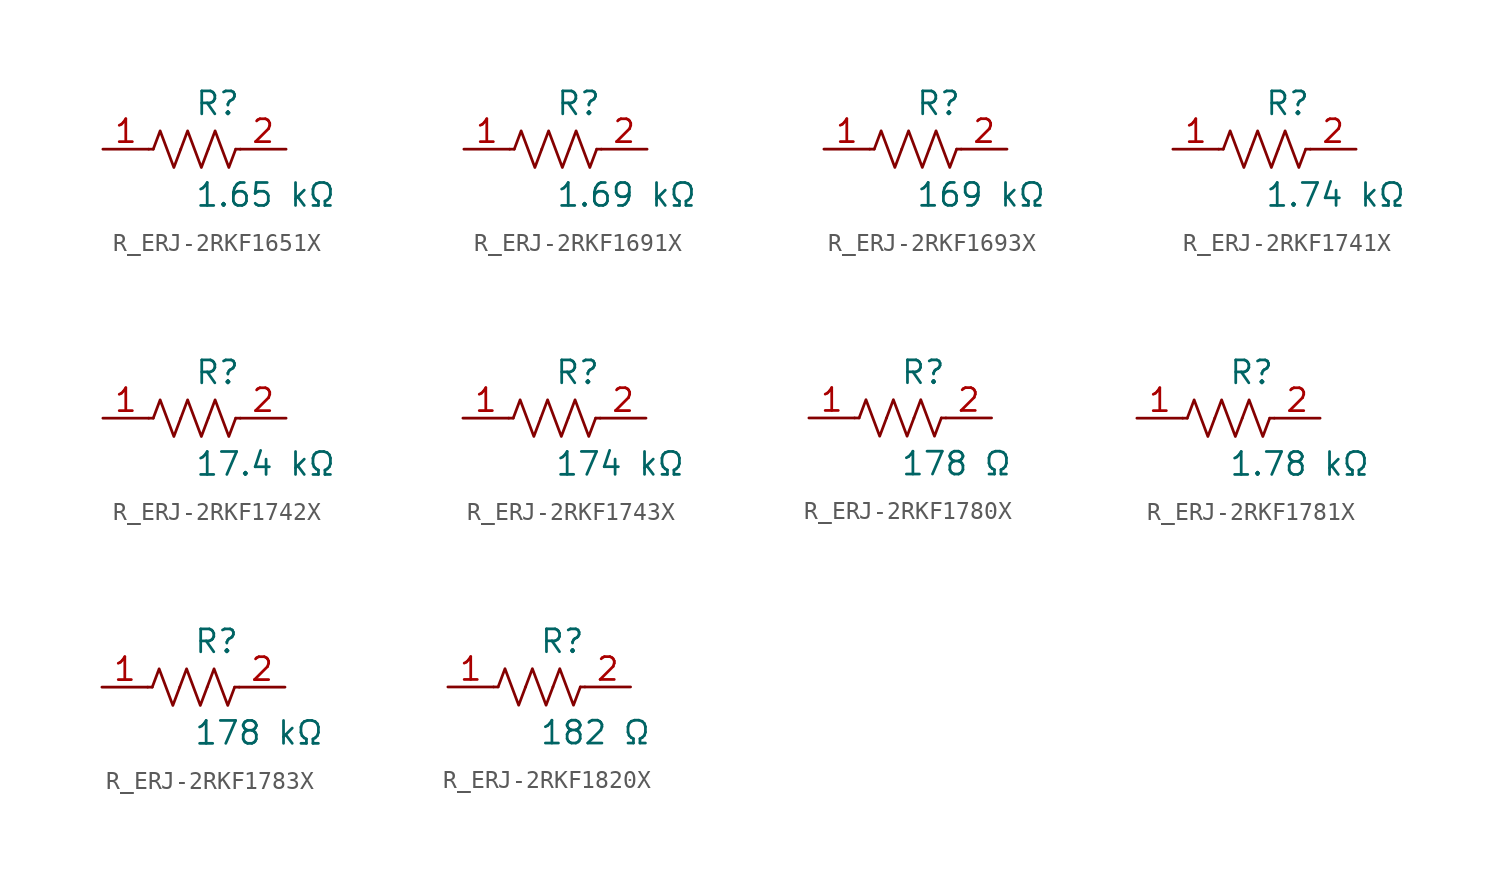
<source format=kicad_sym>
(kicad_symbol_lib
  (version 20231120)
  (generator kicad_symbol_editor)
  (generator_version 8.0)
  (symbol "R_ERJ-2RKF1651X"
    (pin_names
      (offset 0.254))
    (property "Reference" "R"
      (at 0.0 2.54 0)
      (effects (font (size 1.27 1.27)) (justify left)))
    (property "Value" "1.65 kΩ"
      (at 0.0 -2.54 0)
      (effects (font (size 1.27 1.27)) (justify left)))
    (symbol "R_ERJ-2RKF1651X_0_1"
      (polyline (pts (xy 2.286 0) (xy 2.54 0)) (stroke (width 0) (type default)) (fill (type none)))
      (polyline (pts (xy -2.286 0) (xy -2.54 0)) (stroke (width 0) (type default)) (fill (type none)))
      (polyline (pts (xy 0.762 0) (xy 1.143 1.016) (xy 1.524 0) (xy 1.905 -1.016) (xy 2.286 0)) (stroke (width 0) (type default)) (fill (type none)))
      (polyline (pts (xy -0.762 0) (xy -0.381 1.016) (xy 0 0) (xy 0.381 -1.016) (xy 0.762 0)) (stroke (width 0) (type default)) (fill (type none)))
      (polyline (pts (xy -2.286 0) (xy -1.905 1.016) (xy -1.524 0) (xy -1.143 -1.016) (xy -0.762 0)) (stroke (width 0) (type default)) (fill (type none))))
    (pin unspecified line
      (at -5.08 0 0)
      (length 2.54)
      (name "" (effects (font (size 1.27 1.27))))
      (number "1" (effects (font (size 1.27 1.27)))))
    (pin unspecified line
      (at 5.08 0 180)
      (length 2.54)
      (name "" (effects (font (size 1.27 1.27))))
      (number "2" (effects (font (size 1.27 1.27))))))
  (symbol "R_ERJ-2RKF1691X"
    (pin_names
      (offset 0.254))
    (property "Reference" "R"
      (at 0.0 2.54 0)
      (effects (font (size 1.27 1.27)) (justify left)))
    (property "Value" "1.69 kΩ"
      (at 0.0 -2.54 0)
      (effects (font (size 1.27 1.27)) (justify left)))
    (symbol "R_ERJ-2RKF1691X_0_1"
      (polyline (pts (xy 2.286 0) (xy 2.54 0)) (stroke (width 0) (type default)) (fill (type none)))
      (polyline (pts (xy -2.286 0) (xy -2.54 0)) (stroke (width 0) (type default)) (fill (type none)))
      (polyline (pts (xy 0.762 0) (xy 1.143 1.016) (xy 1.524 0) (xy 1.905 -1.016) (xy 2.286 0)) (stroke (width 0) (type default)) (fill (type none)))
      (polyline (pts (xy -0.762 0) (xy -0.381 1.016) (xy 0 0) (xy 0.381 -1.016) (xy 0.762 0)) (stroke (width 0) (type default)) (fill (type none)))
      (polyline (pts (xy -2.286 0) (xy -1.905 1.016) (xy -1.524 0) (xy -1.143 -1.016) (xy -0.762 0)) (stroke (width 0) (type default)) (fill (type none))))
    (pin unspecified line
      (at -5.08 0 0)
      (length 2.54)
      (name "" (effects (font (size 1.27 1.27))))
      (number "1" (effects (font (size 1.27 1.27)))))
    (pin unspecified line
      (at 5.08 0 180)
      (length 2.54)
      (name "" (effects (font (size 1.27 1.27))))
      (number "2" (effects (font (size 1.27 1.27))))))
  (symbol "R_ERJ-2RKF1693X"
    (pin_names
      (offset 0.254))
    (property "Reference" "R"
      (at 0.0 2.54 0)
      (effects (font (size 1.27 1.27)) (justify left)))
    (property "Value" "169 kΩ"
      (at 0.0 -2.54 0)
      (effects (font (size 1.27 1.27)) (justify left)))
    (symbol "R_ERJ-2RKF1693X_0_1"
      (polyline (pts (xy 2.286 0) (xy 2.54 0)) (stroke (width 0) (type default)) (fill (type none)))
      (polyline (pts (xy -2.286 0) (xy -2.54 0)) (stroke (width 0) (type default)) (fill (type none)))
      (polyline (pts (xy 0.762 0) (xy 1.143 1.016) (xy 1.524 0) (xy 1.905 -1.016) (xy 2.286 0)) (stroke (width 0) (type default)) (fill (type none)))
      (polyline (pts (xy -0.762 0) (xy -0.381 1.016) (xy 0 0) (xy 0.381 -1.016) (xy 0.762 0)) (stroke (width 0) (type default)) (fill (type none)))
      (polyline (pts (xy -2.286 0) (xy -1.905 1.016) (xy -1.524 0) (xy -1.143 -1.016) (xy -0.762 0)) (stroke (width 0) (type default)) (fill (type none))))
    (pin unspecified line
      (at -5.08 0 0)
      (length 2.54)
      (name "" (effects (font (size 1.27 1.27))))
      (number "1" (effects (font (size 1.27 1.27)))))
    (pin unspecified line
      (at 5.08 0 180)
      (length 2.54)
      (name "" (effects (font (size 1.27 1.27))))
      (number "2" (effects (font (size 1.27 1.27))))))
  (symbol "R_ERJ-2RKF1741X"
    (pin_names
      (offset 0.254))
    (property "Reference" "R"
      (at 0.0 2.54 0)
      (effects (font (size 1.27 1.27)) (justify left)))
    (property "Value" "1.74 kΩ"
      (at 0.0 -2.54 0)
      (effects (font (size 1.27 1.27)) (justify left)))
    (symbol "R_ERJ-2RKF1741X_0_1"
      (polyline (pts (xy 2.286 0) (xy 2.54 0)) (stroke (width 0) (type default)) (fill (type none)))
      (polyline (pts (xy -2.286 0) (xy -2.54 0)) (stroke (width 0) (type default)) (fill (type none)))
      (polyline (pts (xy 0.762 0) (xy 1.143 1.016) (xy 1.524 0) (xy 1.905 -1.016) (xy 2.286 0)) (stroke (width 0) (type default)) (fill (type none)))
      (polyline (pts (xy -0.762 0) (xy -0.381 1.016) (xy 0 0) (xy 0.381 -1.016) (xy 0.762 0)) (stroke (width 0) (type default)) (fill (type none)))
      (polyline (pts (xy -2.286 0) (xy -1.905 1.016) (xy -1.524 0) (xy -1.143 -1.016) (xy -0.762 0)) (stroke (width 0) (type default)) (fill (type none))))
    (pin unspecified line
      (at -5.08 0 0)
      (length 2.54)
      (name "" (effects (font (size 1.27 1.27))))
      (number "1" (effects (font (size 1.27 1.27)))))
    (pin unspecified line
      (at 5.08 0 180)
      (length 2.54)
      (name "" (effects (font (size 1.27 1.27))))
      (number "2" (effects (font (size 1.27 1.27))))))
  (symbol "R_ERJ-2RKF1742X"
    (pin_names
      (offset 0.254))
    (property "Reference" "R"
      (at 0.0 2.54 0)
      (effects (font (size 1.27 1.27)) (justify left)))
    (property "Value" "17.4 kΩ"
      (at 0.0 -2.54 0)
      (effects (font (size 1.27 1.27)) (justify left)))
    (symbol "R_ERJ-2RKF1742X_0_1"
      (polyline (pts (xy 2.286 0) (xy 2.54 0)) (stroke (width 0) (type default)) (fill (type none)))
      (polyline (pts (xy -2.286 0) (xy -2.54 0)) (stroke (width 0) (type default)) (fill (type none)))
      (polyline (pts (xy 0.762 0) (xy 1.143 1.016) (xy 1.524 0) (xy 1.905 -1.016) (xy 2.286 0)) (stroke (width 0) (type default)) (fill (type none)))
      (polyline (pts (xy -0.762 0) (xy -0.381 1.016) (xy 0 0) (xy 0.381 -1.016) (xy 0.762 0)) (stroke (width 0) (type default)) (fill (type none)))
      (polyline (pts (xy -2.286 0) (xy -1.905 1.016) (xy -1.524 0) (xy -1.143 -1.016) (xy -0.762 0)) (stroke (width 0) (type default)) (fill (type none))))
    (pin unspecified line
      (at -5.08 0 0)
      (length 2.54)
      (name "" (effects (font (size 1.27 1.27))))
      (number "1" (effects (font (size 1.27 1.27)))))
    (pin unspecified line
      (at 5.08 0 180)
      (length 2.54)
      (name "" (effects (font (size 1.27 1.27))))
      (number "2" (effects (font (size 1.27 1.27))))))
  (symbol "R_ERJ-2RKF1743X"
    (pin_names
      (offset 0.254))
    (property "Reference" "R"
      (at 0.0 2.54 0)
      (effects (font (size 1.27 1.27)) (justify left)))
    (property "Value" "174 kΩ"
      (at 0.0 -2.54 0)
      (effects (font (size 1.27 1.27)) (justify left)))
    (symbol "R_ERJ-2RKF1743X_0_1"
      (polyline (pts (xy 2.286 0) (xy 2.54 0)) (stroke (width 0) (type default)) (fill (type none)))
      (polyline (pts (xy -2.286 0) (xy -2.54 0)) (stroke (width 0) (type default)) (fill (type none)))
      (polyline (pts (xy 0.762 0) (xy 1.143 1.016) (xy 1.524 0) (xy 1.905 -1.016) (xy 2.286 0)) (stroke (width 0) (type default)) (fill (type none)))
      (polyline (pts (xy -0.762 0) (xy -0.381 1.016) (xy 0 0) (xy 0.381 -1.016) (xy 0.762 0)) (stroke (width 0) (type default)) (fill (type none)))
      (polyline (pts (xy -2.286 0) (xy -1.905 1.016) (xy -1.524 0) (xy -1.143 -1.016) (xy -0.762 0)) (stroke (width 0) (type default)) (fill (type none))))
    (pin unspecified line
      (at -5.08 0 0)
      (length 2.54)
      (name "" (effects (font (size 1.27 1.27))))
      (number "1" (effects (font (size 1.27 1.27)))))
    (pin unspecified line
      (at 5.08 0 180)
      (length 2.54)
      (name "" (effects (font (size 1.27 1.27))))
      (number "2" (effects (font (size 1.27 1.27))))))
  (symbol "R_ERJ-2RKF1780X"
    (pin_names
      (offset 0.254))
    (property "Reference" "R"
      (at 0.0 2.54 0)
      (effects (font (size 1.27 1.27)) (justify left)))
    (property "Value" "178 Ω"
      (at 0.0 -2.54 0)
      (effects (font (size 1.27 1.27)) (justify left)))
    (symbol "R_ERJ-2RKF1780X_0_1"
      (polyline (pts (xy 2.286 0) (xy 2.54 0)) (stroke (width 0) (type default)) (fill (type none)))
      (polyline (pts (xy -2.286 0) (xy -2.54 0)) (stroke (width 0) (type default)) (fill (type none)))
      (polyline (pts (xy 0.762 0) (xy 1.143 1.016) (xy 1.524 0) (xy 1.905 -1.016) (xy 2.286 0)) (stroke (width 0) (type default)) (fill (type none)))
      (polyline (pts (xy -0.762 0) (xy -0.381 1.016) (xy 0 0) (xy 0.381 -1.016) (xy 0.762 0)) (stroke (width 0) (type default)) (fill (type none)))
      (polyline (pts (xy -2.286 0) (xy -1.905 1.016) (xy -1.524 0) (xy -1.143 -1.016) (xy -0.762 0)) (stroke (width 0) (type default)) (fill (type none))))
    (pin unspecified line
      (at -5.08 0 0)
      (length 2.54)
      (name "" (effects (font (size 1.27 1.27))))
      (number "1" (effects (font (size 1.27 1.27)))))
    (pin unspecified line
      (at 5.08 0 180)
      (length 2.54)
      (name "" (effects (font (size 1.27 1.27))))
      (number "2" (effects (font (size 1.27 1.27))))))
  (symbol "R_ERJ-2RKF1781X"
    (pin_names
      (offset 0.254))
    (property "Reference" "R"
      (at 0.0 2.54 0)
      (effects (font (size 1.27 1.27)) (justify left)))
    (property "Value" "1.78 kΩ"
      (at 0.0 -2.54 0)
      (effects (font (size 1.27 1.27)) (justify left)))
    (symbol "R_ERJ-2RKF1781X_0_1"
      (polyline (pts (xy 2.286 0) (xy 2.54 0)) (stroke (width 0) (type default)) (fill (type none)))
      (polyline (pts (xy -2.286 0) (xy -2.54 0)) (stroke (width 0) (type default)) (fill (type none)))
      (polyline (pts (xy 0.762 0) (xy 1.143 1.016) (xy 1.524 0) (xy 1.905 -1.016) (xy 2.286 0)) (stroke (width 0) (type default)) (fill (type none)))
      (polyline (pts (xy -0.762 0) (xy -0.381 1.016) (xy 0 0) (xy 0.381 -1.016) (xy 0.762 0)) (stroke (width 0) (type default)) (fill (type none)))
      (polyline (pts (xy -2.286 0) (xy -1.905 1.016) (xy -1.524 0) (xy -1.143 -1.016) (xy -0.762 0)) (stroke (width 0) (type default)) (fill (type none))))
    (pin unspecified line
      (at -5.08 0 0)
      (length 2.54)
      (name "" (effects (font (size 1.27 1.27))))
      (number "1" (effects (font (size 1.27 1.27)))))
    (pin unspecified line
      (at 5.08 0 180)
      (length 2.54)
      (name "" (effects (font (size 1.27 1.27))))
      (number "2" (effects (font (size 1.27 1.27))))))
  (symbol "R_ERJ-2RKF1783X"
    (pin_names
      (offset 0.254))
    (property "Reference" "R"
      (at 0.0 2.54 0)
      (effects (font (size 1.27 1.27)) (justify left)))
    (property "Value" "178 kΩ"
      (at 0.0 -2.54 0)
      (effects (font (size 1.27 1.27)) (justify left)))
    (symbol "R_ERJ-2RKF1783X_0_1"
      (polyline (pts (xy 2.286 0) (xy 2.54 0)) (stroke (width 0) (type default)) (fill (type none)))
      (polyline (pts (xy -2.286 0) (xy -2.54 0)) (stroke (width 0) (type default)) (fill (type none)))
      (polyline (pts (xy 0.762 0) (xy 1.143 1.016) (xy 1.524 0) (xy 1.905 -1.016) (xy 2.286 0)) (stroke (width 0) (type default)) (fill (type none)))
      (polyline (pts (xy -0.762 0) (xy -0.381 1.016) (xy 0 0) (xy 0.381 -1.016) (xy 0.762 0)) (stroke (width 0) (type default)) (fill (type none)))
      (polyline (pts (xy -2.286 0) (xy -1.905 1.016) (xy -1.524 0) (xy -1.143 -1.016) (xy -0.762 0)) (stroke (width 0) (type default)) (fill (type none))))
    (pin unspecified line
      (at -5.08 0 0)
      (length 2.54)
      (name "" (effects (font (size 1.27 1.27))))
      (number "1" (effects (font (size 1.27 1.27)))))
    (pin unspecified line
      (at 5.08 0 180)
      (length 2.54)
      (name "" (effects (font (size 1.27 1.27))))
      (number "2" (effects (font (size 1.27 1.27))))))
  (symbol "R_ERJ-2RKF1820X"
    (pin_names
      (offset 0.254))
    (property "Reference" "R"
      (at 0.0 2.54 0)
      (effects (font (size 1.27 1.27)) (justify left)))
    (property "Value" "182 Ω"
      (at 0.0 -2.54 0)
      (effects (font (size 1.27 1.27)) (justify left)))
    (symbol "R_ERJ-2RKF1820X_0_1"
      (polyline (pts (xy 2.286 0) (xy 2.54 0)) (stroke (width 0) (type default)) (fill (type none)))
      (polyline (pts (xy -2.286 0) (xy -2.54 0)) (stroke (width 0) (type default)) (fill (type none)))
      (polyline (pts (xy 0.762 0) (xy 1.143 1.016) (xy 1.524 0) (xy 1.905 -1.016) (xy 2.286 0)) (stroke (width 0) (type default)) (fill (type none)))
      (polyline (pts (xy -0.762 0) (xy -0.381 1.016) (xy 0 0) (xy 0.381 -1.016) (xy 0.762 0)) (stroke (width 0) (type default)) (fill (type none)))
      (polyline (pts (xy -2.286 0) (xy -1.905 1.016) (xy -1.524 0) (xy -1.143 -1.016) (xy -0.762 0)) (stroke (width 0) (type default)) (fill (type none))))
    (pin unspecified line
      (at -5.08 0 0)
      (length 2.54)
      (name "" (effects (font (size 1.27 1.27))))
      (number "1" (effects (font (size 1.27 1.27)))))
    (pin unspecified line
      (at 5.08 0 180)
      (length 2.54)
      (name "" (effects (font (size 1.27 1.27))))
      (number "2" (effects (font (size 1.27 1.27)))))))
</source>
